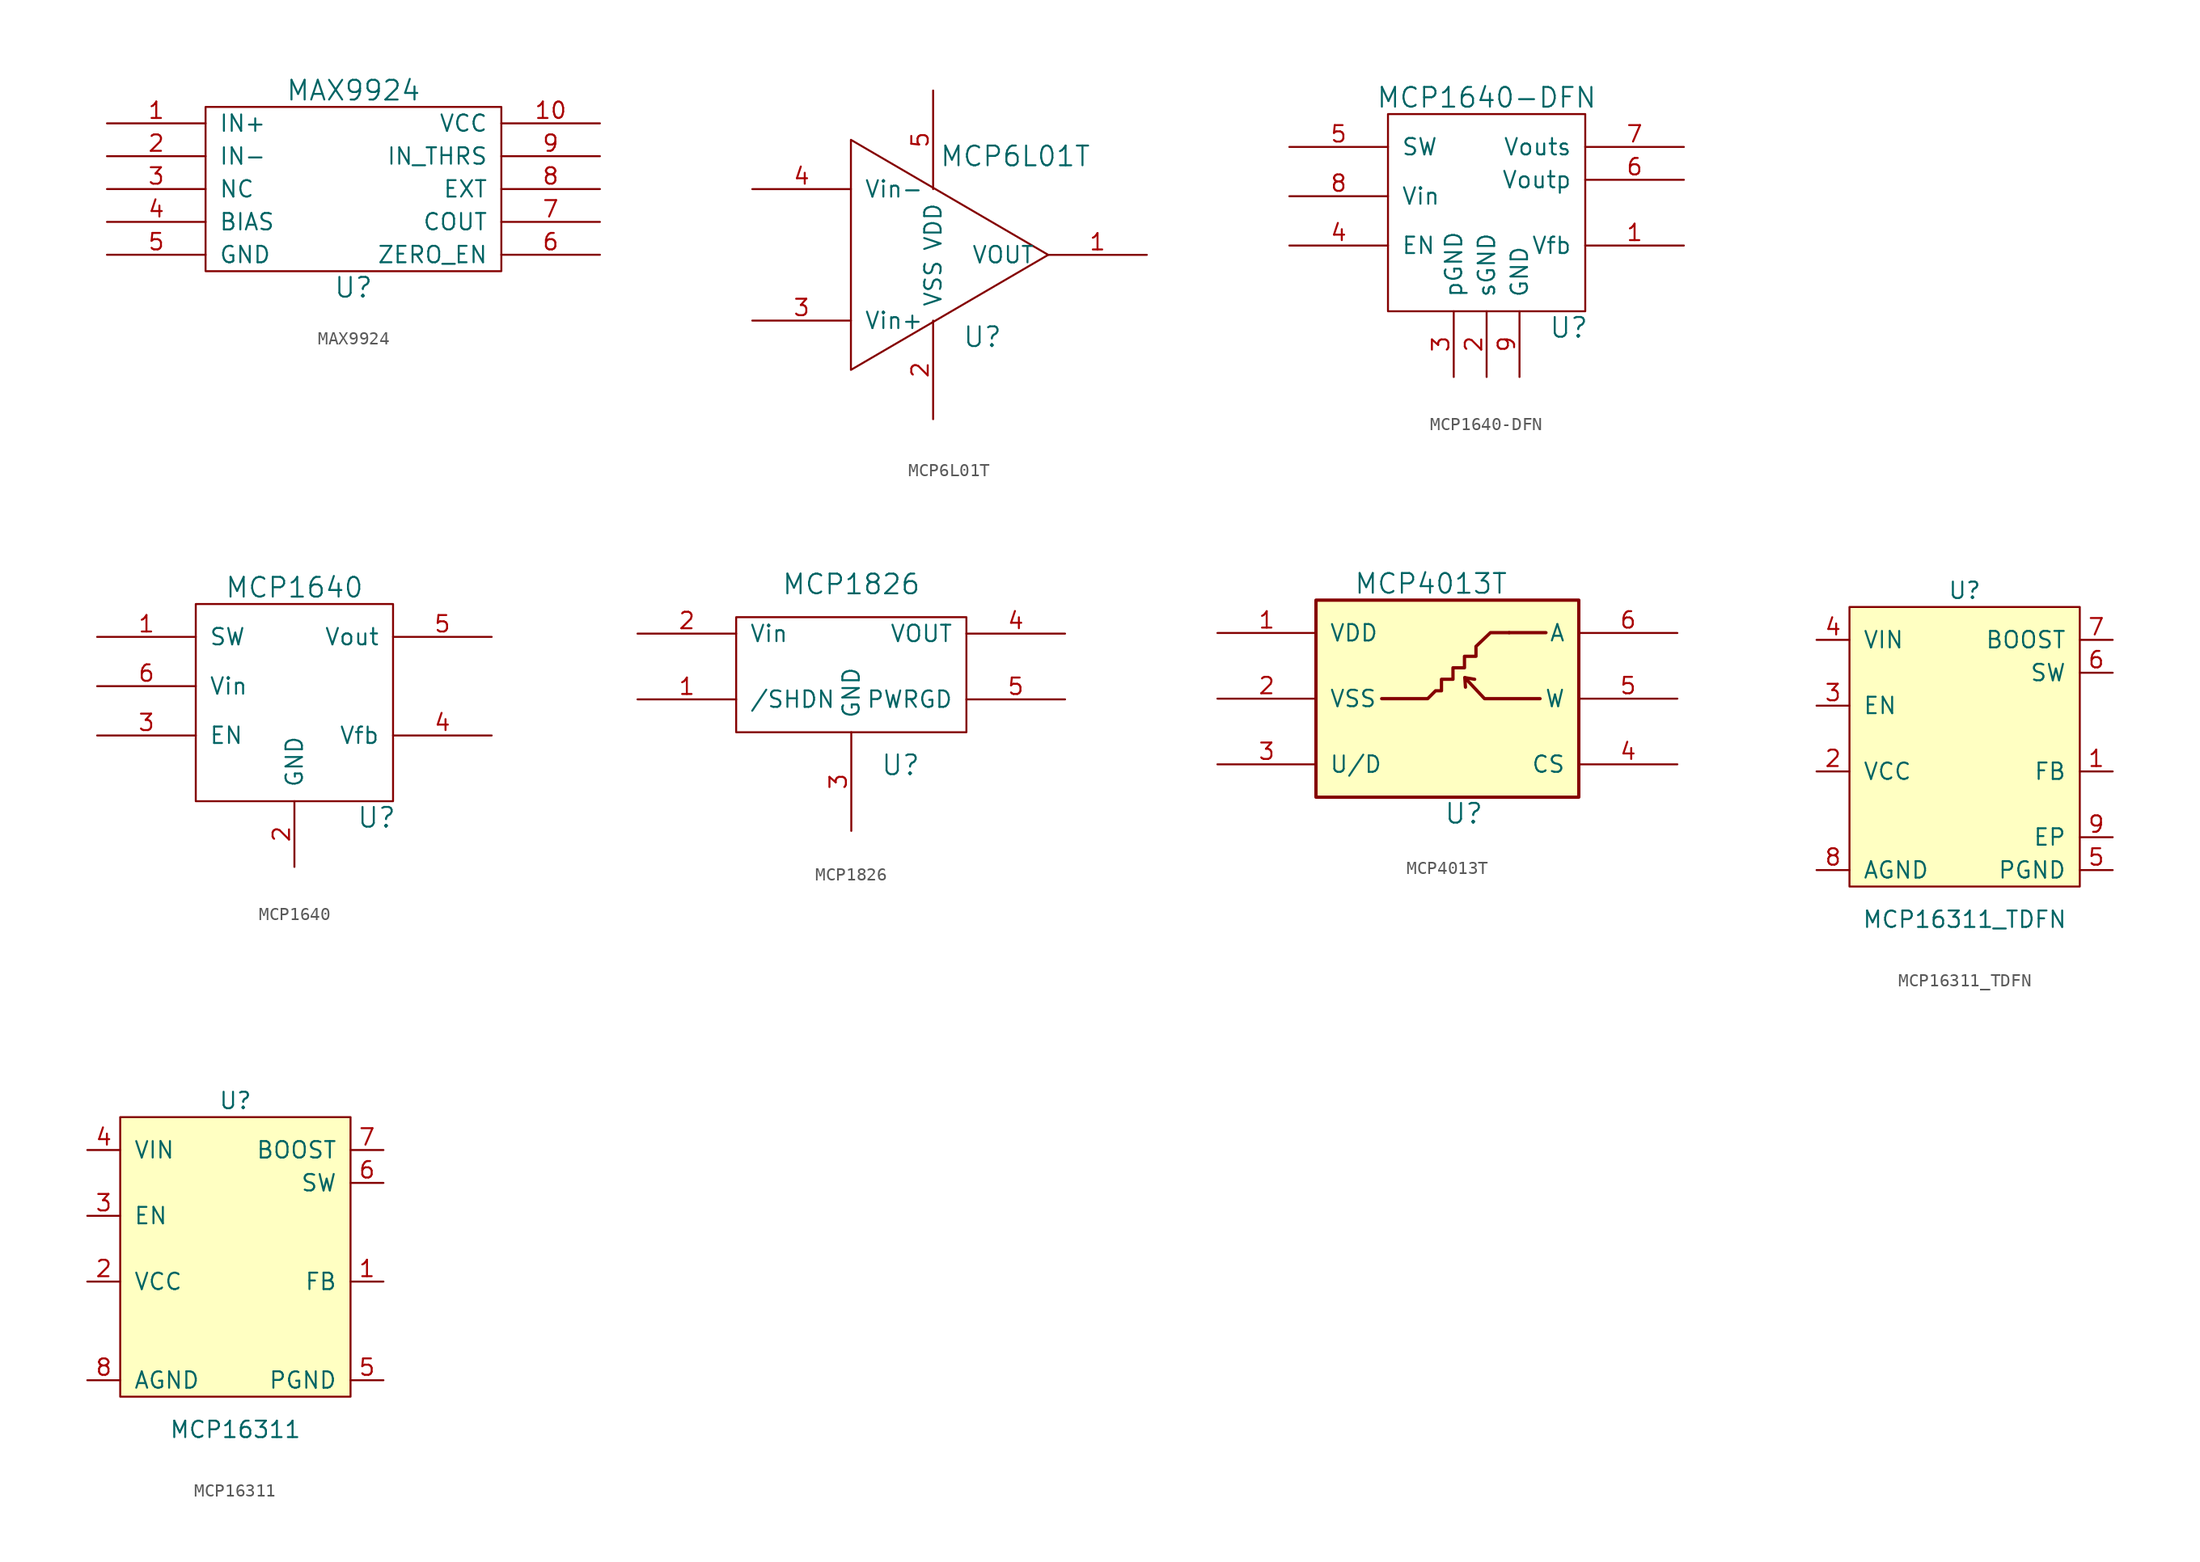
<source format=kicad_sym>
(kicad_symbol_lib
  (version 20211014)
  (generator kicad_symbol_editor)
  (symbol "MAX9924"
    (pin_names
      (offset 1.016))
    (property "Reference" "U"
      (at 0 -2.54 0)
      (effects (font (size 1.524 1.524))))
    (property "Value" "MAX9924"
      (at 0 12.7 0)
      (effects (font (size 1.524 1.524))))
    (property "Footprint" ""
      (at 0 0 0)
      (effects (font (size 1.524 1.524))))
    (property "Datasheet" ""
      (at 0 0 0)
      (effects (font (size 1.524 1.524))))
    (symbol "MAX9924_0_1"
      (rectangle (start 11.43 11.43) (end -11.43 -1.27) (stroke (width 0) (type default) (color 0 0 0 0)) (fill (type none))))
    (symbol "MAX9924_1_1"
      (pin input line (at -19.05 10.16 0) (length 7.62) (name "IN+" (effects (font (size 1.27 1.27)))) (number "1" (effects (font (size 1.27 1.27)))))
      (pin input line (at 19.05 10.16 180) (length 7.62) (name "VCC" (effects (font (size 1.27 1.27)))) (number "10" (effects (font (size 1.27 1.27)))))
      (pin input line (at -19.05 7.62 0) (length 7.62) (name "IN-" (effects (font (size 1.27 1.27)))) (number "2" (effects (font (size 1.27 1.27)))))
      (pin input line (at -19.05 5.08 0) (length 7.62) (name "NC" (effects (font (size 1.27 1.27)))) (number "3" (effects (font (size 1.27 1.27)))))
      (pin input line (at -19.05 2.54 0) (length 7.62) (name "BIAS" (effects (font (size 1.27 1.27)))) (number "4" (effects (font (size 1.27 1.27)))))
      (pin input line (at -19.05 0 0) (length 7.62) (name "GND" (effects (font (size 1.27 1.27)))) (number "5" (effects (font (size 1.27 1.27)))))
      (pin input line (at 19.05 0 180) (length 7.62) (name "ZERO_EN" (effects (font (size 1.27 1.27)))) (number "6" (effects (font (size 1.27 1.27)))))
      (pin input line (at 19.05 2.54 180) (length 7.62) (name "COUT" (effects (font (size 1.27 1.27)))) (number "7" (effects (font (size 1.27 1.27)))))
      (pin input line (at 19.05 5.08 180) (length 7.62) (name "EXT" (effects (font (size 1.27 1.27)))) (number "8" (effects (font (size 1.27 1.27)))))
      (pin input line (at 19.05 7.62 180) (length 7.62) (name "IN_THRS" (effects (font (size 1.27 1.27)))) (number "9" (effects (font (size 1.27 1.27)))))))
  (symbol "MCP6L01T"
    (pin_names
      (offset 1.016))
    (property "Reference" "U"
      (at 3.81 -6.35 0)
      (effects (font (size 1.524 1.524))))
    (property "Value" "MCP6L01T"
      (at 6.35 7.62 0)
      (effects (font (size 1.524 1.524))))
    (property "Datasheet" ""
      (at 0 0 0)
      (effects (font (size 1.524 1.524))))
    (symbol "MCP6L01T_0_1"
      (polyline (pts (xy -6.35 8.89) (xy -6.35 -8.89) (xy 8.89 0) (xy -6.35 8.89)) (stroke (width 0) (type default) (color 0 0 0 0)) (fill (type none))))
    (symbol "MCP6L01T_1_1"
      (pin input line (at 16.51 0 180) (length 7.62) (name "VOUT" (effects (font (size 1.27 1.27)))) (number "1" (effects (font (size 1.27 1.27)))))
      (pin input line (at 0 -12.7 90) (length 7.62) (name "VSS" (effects (font (size 1.27 1.27)))) (number "2" (effects (font (size 1.27 1.27)))))
      (pin input line (at -13.97 -5.08 0) (length 7.62) (name "Vin+" (effects (font (size 1.27 1.27)))) (number "3" (effects (font (size 1.27 1.27)))))
      (pin input line (at -13.97 5.08 0) (length 7.62) (name "Vin-" (effects (font (size 1.27 1.27)))) (number "4" (effects (font (size 1.27 1.27)))))
      (pin input line (at 0 12.7 270) (length 7.62) (name "VDD" (effects (font (size 1.27 1.27)))) (number "5" (effects (font (size 1.27 1.27)))))))
  (symbol "MCP1640-DFN"
    (pin_names
      (offset 1.016))
    (property "Reference" "U"
      (at 6.35 -10.16 0)
      (effects (font (size 1.524 1.524))))
    (property "Value" "MCP1640-DFN"
      (at 0 7.62 0)
      (effects (font (size 1.524 1.524))))
    (property "Datasheet" ""
      (at 0 0 0)
      (effects (font (size 1.524 1.524))))
    (symbol "MCP1640-DFN_0_1"
      (rectangle (start -7.62 6.35) (end 7.62 -8.89) (stroke (width 0) (type default) (color 0 0 0 0)) (fill (type none))))
    (symbol "MCP1640-DFN_1_1"
      (pin input line (at 15.24 -3.81 180) (length 7.62) (name "Vfb" (effects (font (size 1.27 1.27)))) (number "1" (effects (font (size 1.27 1.27)))))
      (pin input line (at 0 -13.97 90) (length 5.08) (name "sGND" (effects (font (size 1.27 1.27)))) (number "2" (effects (font (size 1.27 1.27)))))
      (pin input line (at -2.54 -13.97 90) (length 5.08) (name "pGND" (effects (font (size 1.27 1.27)))) (number "3" (effects (font (size 1.27 1.27)))))
      (pin input line (at -15.24 -3.81 0) (length 7.62) (name "EN" (effects (font (size 1.27 1.27)))) (number "4" (effects (font (size 1.27 1.27)))))
      (pin input line (at -15.24 3.81 0) (length 7.62) (name "SW" (effects (font (size 1.27 1.27)))) (number "5" (effects (font (size 1.27 1.27)))))
      (pin input line (at 15.24 1.27 180) (length 7.62) (name "Voutp" (effects (font (size 1.27 1.27)))) (number "6" (effects (font (size 1.27 1.27)))))
      (pin input line (at 15.24 3.81 180) (length 7.62) (name "Vouts" (effects (font (size 1.27 1.27)))) (number "7" (effects (font (size 1.27 1.27)))))
      (pin input line (at -15.24 0 0) (length 7.62) (name "Vin" (effects (font (size 1.27 1.27)))) (number "8" (effects (font (size 1.27 1.27)))))
      (pin input line (at 2.54 -13.97 90) (length 5.08) (name "GND" (effects (font (size 1.27 1.27)))) (number "9" (effects (font (size 1.27 1.27)))))))
  (symbol "MCP1640"
    (pin_names
      (offset 1.016))
    (property "Reference" "U"
      (at 6.35 -10.16 0)
      (effects (font (size 1.524 1.524))))
    (property "Value" "MCP1640"
      (at 0 7.62 0)
      (effects (font (size 1.524 1.524))))
    (property "Datasheet" ""
      (at 0 0 0)
      (effects (font (size 1.524 1.524))))
    (symbol "MCP1640_0_1"
      (rectangle (start -7.62 6.35) (end 7.62 -8.89) (stroke (width 0) (type default) (color 0 0 0 0)) (fill (type none))))
    (symbol "MCP1640_1_1"
      (pin input line (at -15.24 3.81 0) (length 7.62) (name "SW" (effects (font (size 1.27 1.27)))) (number "1" (effects (font (size 1.27 1.27)))))
      (pin input line (at 0 -13.97 90) (length 5.08) (name "GND" (effects (font (size 1.27 1.27)))) (number "2" (effects (font (size 1.27 1.27)))))
      (pin input line (at -15.24 -3.81 0) (length 7.62) (name "EN" (effects (font (size 1.27 1.27)))) (number "3" (effects (font (size 1.27 1.27)))))
      (pin input line (at 15.24 -3.81 180) (length 7.62) (name "Vfb" (effects (font (size 1.27 1.27)))) (number "4" (effects (font (size 1.27 1.27)))))
      (pin input line (at 15.24 3.81 180) (length 7.62) (name "Vout" (effects (font (size 1.27 1.27)))) (number "5" (effects (font (size 1.27 1.27)))))
      (pin input line (at -15.24 0 0) (length 7.62) (name "Vin" (effects (font (size 1.27 1.27)))) (number "6" (effects (font (size 1.27 1.27)))))))
  (symbol "MCP1826"
    (pin_names
      (offset 1.016))
    (property "Reference" "U"
      (at 3.81 -5.08 0)
      (effects (font (size 1.524 1.524))))
    (property "Value" "MCP1826"
      (at 0 8.89 0)
      (effects (font (size 1.524 1.524))))
    (property "Footprint" ""
      (at 0 0 0)
      (effects (font (size 1.524 1.524))))
    (property "Datasheet" ""
      (at 0 0 0)
      (effects (font (size 1.524 1.524))))
    (symbol "MCP1826_0_1"
      (rectangle (start -8.89 6.35) (end 8.89 -2.54) (stroke (width 0) (type default) (color 0 0 0 0)) (fill (type none))))
    (symbol "MCP1826_1_1"
      (pin input line (at -16.51 0 0) (length 7.62) (name "/SHDN" (effects (font (size 1.27 1.27)))) (number "1" (effects (font (size 1.27 1.27)))))
      (pin input line (at -16.51 5.08 0) (length 7.62) (name "Vin" (effects (font (size 1.27 1.27)))) (number "2" (effects (font (size 1.27 1.27)))))
      (pin input line (at 0 -10.16 90) (length 7.62) (name "GND" (effects (font (size 1.27 1.27)))) (number "3" (effects (font (size 1.27 1.27)))))
      (pin input line (at 16.51 5.08 180) (length 7.62) (name "VOUT" (effects (font (size 1.27 1.27)))) (number "4" (effects (font (size 1.27 1.27)))))
      (pin input line (at 16.51 0 180) (length 7.62) (name "PWRGD" (effects (font (size 1.27 1.27)))) (number "5" (effects (font (size 1.27 1.27)))))))
  (symbol "MCP4013T"
    (pin_names
      (offset 1.016))
    (property "Reference" "U"
      (at 1.27 -8.89 0)
      (effects (font (size 1.524 1.524))))
    (property "Value" "MCP4013T"
      (at -1.27 8.89 0)
      (effects (font (size 1.524 1.524))))
    (property "Datasheet" ""
      (at 0 0 0)
      (effects (font (size 1.524 1.524))))
    (symbol "MCP4013T_0_1"
      (rectangle (start -10.16 7.62) (end 10.16 -7.62) (stroke (width 0.254) (type default) (color 0 0 0 0)) (fill (type background)))
      (polyline (pts (xy 1.346 1.626) (xy 2.108 1.499)) (stroke (width 0.254) (type default) (color 0 0 0 0)) (fill (type none)))
      (polyline (pts (xy 4.775 5.105) (xy 7.62 5.105)) (stroke (width 0.254) (type default) (color 0 0 0 0)) (fill (type none)))
      (polyline (pts (xy 7.163 0) (xy 4.242 0) (xy 2.87 0) (xy 1.346 1.626) (xy 1.397 0.889)) (stroke (width 0.254) (type default) (color 0 0 0 0)) (fill (type none)))
      (polyline (pts (xy 4.775 5.105) (xy 3.327 5.105) (xy 2.21 4.039) (xy 2.21 3.277) (xy 1.321 3.277) (xy 1.321 2.388) (xy 0.432 2.388) (xy 0.432 1.499) (xy -0.457 1.499) (xy -0.457 0.61) (xy -0.914 0.61) (xy -1.524 0) (xy -5.08 0)) (stroke (width 0.254) (type default) (color 0 0 0 0)) (fill (type none))))
    (symbol "MCP4013T_1_1"
      (pin input line (at -17.78 5.08 0) (length 7.62) (name "VDD" (effects (font (size 1.27 1.27)))) (number "1" (effects (font (size 1.27 1.27)))))
      (pin input line (at -17.78 0 0) (length 7.62) (name "VSS" (effects (font (size 1.27 1.27)))) (number "2" (effects (font (size 1.27 1.27)))))
      (pin input line (at -17.78 -5.08 0) (length 7.62) (name "U/D" (effects (font (size 1.27 1.27)))) (number "3" (effects (font (size 1.27 1.27)))))
      (pin input line (at 17.78 -5.08 180) (length 7.62) (name "CS" (effects (font (size 1.27 1.27)))) (number "4" (effects (font (size 1.27 1.27)))))
      (pin input line (at 17.78 0 180) (length 7.62) (name "W" (effects (font (size 1.27 1.27)))) (number "5" (effects (font (size 1.27 1.27)))))
      (pin input line (at 17.78 5.08 180) (length 7.62) (name "A" (effects (font (size 1.27 1.27)))) (number "6" (effects (font (size 1.27 1.27)))))))
  (symbol "MCP16311_TDFN"
    (pin_names
      (offset 1.016))
    (property "Reference" "U"
      (at 0 10.16 0)
      (effects (font (size 1.27 1.27))))
    (property "Value" "MCP16311_TDFN"
      (at 0 -15.24 0)
      (effects (font (size 1.27 1.27))))
    (symbol "MCP16311_TDFN_0_1"
      (rectangle (start -8.89 8.89) (end 8.89 -12.7) (stroke (width 0) (type default) (color 0 0 0 0)) (fill (type background))))
    (symbol "MCP16311_TDFN_1_1"
      (pin input line (at 11.43 -3.81 180) (length 2.54) (name "FB" (effects (font (size 1.27 1.27)))) (number "1" (effects (font (size 1.27 1.27)))))
      (pin input line (at -11.43 -3.81 0) (length 2.54) (name "VCC" (effects (font (size 1.27 1.27)))) (number "2" (effects (font (size 1.27 1.27)))))
      (pin input line (at -11.43 1.27 0) (length 2.54) (name "EN" (effects (font (size 1.27 1.27)))) (number "3" (effects (font (size 1.27 1.27)))))
      (pin input line (at -11.43 6.35 0) (length 2.54) (name "VIN" (effects (font (size 1.27 1.27)))) (number "4" (effects (font (size 1.27 1.27)))))
      (pin input line (at 11.43 -11.43 180) (length 2.54) (name "PGND" (effects (font (size 1.27 1.27)))) (number "5" (effects (font (size 1.27 1.27)))))
      (pin input line (at 11.43 3.81 180) (length 2.54) (name "SW" (effects (font (size 1.27 1.27)))) (number "6" (effects (font (size 1.27 1.27)))))
      (pin input line (at 11.43 6.35 180) (length 2.54) (name "BOOST" (effects (font (size 1.27 1.27)))) (number "7" (effects (font (size 1.27 1.27)))))
      (pin input line (at -11.43 -11.43 0) (length 2.54) (name "AGND" (effects (font (size 1.27 1.27)))) (number "8" (effects (font (size 1.27 1.27)))))
      (pin input line (at 11.43 -8.89 180) (length 2.54) (name "EP" (effects (font (size 1.27 1.27)))) (number "9" (effects (font (size 1.27 1.27)))))))
  (symbol "MCP16311"
    (pin_names
      (offset 1.016))
    (property "Reference" "U"
      (at 0 10.16 0)
      (effects (font (size 1.27 1.27))))
    (property "Value" "MCP16311"
      (at 0 -15.24 0)
      (effects (font (size 1.27 1.27))))
    (symbol "MCP16311_0_1"
      (rectangle (start -8.89 8.89) (end 8.89 -12.7) (stroke (width 0) (type default) (color 0 0 0 0)) (fill (type background))))
    (symbol "MCP16311_1_1"
      (pin input line (at 11.43 -3.81 180) (length 2.54) (name "FB" (effects (font (size 1.27 1.27)))) (number "1" (effects (font (size 1.27 1.27)))))
      (pin input line (at -11.43 -3.81 0) (length 2.54) (name "VCC" (effects (font (size 1.27 1.27)))) (number "2" (effects (font (size 1.27 1.27)))))
      (pin input line (at -11.43 1.27 0) (length 2.54) (name "EN" (effects (font (size 1.27 1.27)))) (number "3" (effects (font (size 1.27 1.27)))))
      (pin input line (at -11.43 6.35 0) (length 2.54) (name "VIN" (effects (font (size 1.27 1.27)))) (number "4" (effects (font (size 1.27 1.27)))))
      (pin input line (at 11.43 -11.43 180) (length 2.54) (name "PGND" (effects (font (size 1.27 1.27)))) (number "5" (effects (font (size 1.27 1.27)))))
      (pin input line (at 11.43 3.81 180) (length 2.54) (name "SW" (effects (font (size 1.27 1.27)))) (number "6" (effects (font (size 1.27 1.27)))))
      (pin input line (at 11.43 6.35 180) (length 2.54) (name "BOOST" (effects (font (size 1.27 1.27)))) (number "7" (effects (font (size 1.27 1.27)))))
      (pin input line (at -11.43 -11.43 0) (length 2.54) (name "AGND" (effects (font (size 1.27 1.27)))) (number "8" (effects (font (size 1.27 1.27))))))))
</source>
